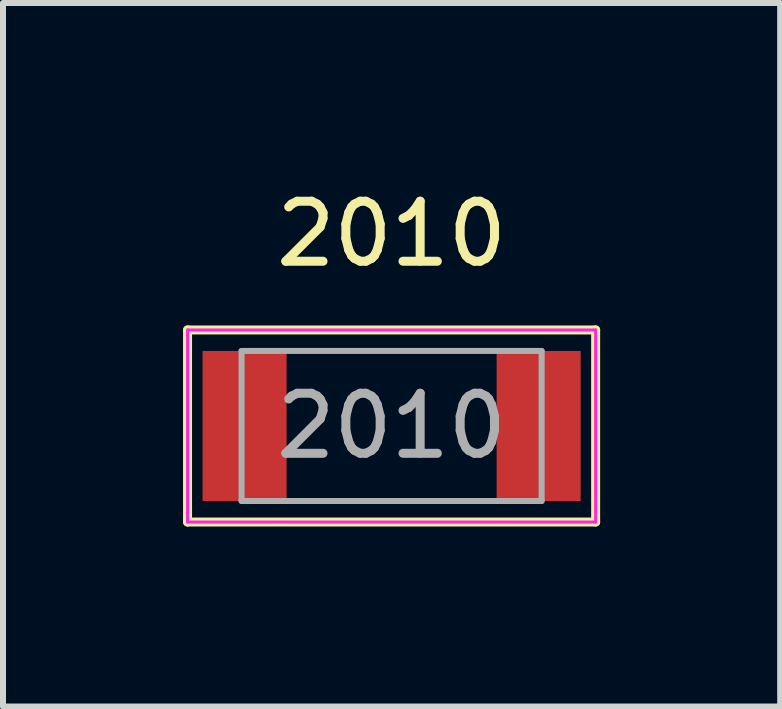
<source format=kicad_pcb>
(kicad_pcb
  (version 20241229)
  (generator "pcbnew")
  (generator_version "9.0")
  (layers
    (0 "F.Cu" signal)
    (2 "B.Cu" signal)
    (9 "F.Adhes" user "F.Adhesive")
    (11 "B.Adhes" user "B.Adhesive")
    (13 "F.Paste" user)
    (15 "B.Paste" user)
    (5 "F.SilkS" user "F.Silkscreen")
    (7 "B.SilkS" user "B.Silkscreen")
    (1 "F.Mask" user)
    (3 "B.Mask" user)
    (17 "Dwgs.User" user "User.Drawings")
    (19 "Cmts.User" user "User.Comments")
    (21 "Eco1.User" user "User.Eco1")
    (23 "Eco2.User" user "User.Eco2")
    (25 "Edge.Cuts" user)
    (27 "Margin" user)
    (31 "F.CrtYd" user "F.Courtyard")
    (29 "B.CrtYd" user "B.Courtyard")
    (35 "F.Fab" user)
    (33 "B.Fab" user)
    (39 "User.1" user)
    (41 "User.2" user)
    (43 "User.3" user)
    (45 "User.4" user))
  (footprint "2010"
    (layer "F.Cu")
    (at 3.475 4.048)
    (property "Reference" "2010" (at 0 -3.2 0) (layer "F.SilkS") (effects (font (size 1 1) (thickness 0.15))))
    (attr smd)
    (fp_line (start -3.4 -1.6) (end 3.4 -1.6) (stroke (width 0.15) (type solid)) (layer "F.SilkS"))
    (fp_line (start -3.4 1.6) (end -3.4 -1.6) (stroke (width 0.15) (type solid)) (layer "F.SilkS"))
    (fp_line (start 3.4 -1.6) (end 3.4 1.6) (stroke (width 0.15) (type solid)) (layer "F.SilkS"))
    (fp_line (start 3.4 1.6) (end -3.4 1.6) (stroke (width 0.15) (type solid)) (layer "F.SilkS"))
    (fp_line (start -3.4 -1.6) (end 3.4 -1.6) (stroke (width 0.05) (type solid)) (layer "F.CrtYd"))
    (fp_line (start -3.4 1.6) (end -3.4 -1.6) (stroke (width 0.05) (type solid)) (layer "F.CrtYd"))
    (fp_line (start 3.4 -1.6) (end 3.4 1.6) (stroke (width 0.05) (type solid)) (layer "F.CrtYd"))
    (fp_line (start 3.4 1.6) (end -3.4 1.6) (stroke (width 0.05) (type solid)) (layer "F.CrtYd"))
    (fp_line (start -2.5 -1.25) (end 2.5 -1.25) (stroke (width 0.1) (type solid)) (layer "F.Fab"))
    (fp_line (start -2.5 1.25) (end -2.5 -1.25) (stroke (width 0.1) (type solid)) (layer "F.Fab"))
    (fp_line (start 2.5 -1.25) (end 2.5 1.25) (stroke (width 0.1) (type solid)) (layer "F.Fab"))
    (fp_line (start 2.5 1.25) (end -2.5 1.25) (stroke (width 0.1) (type solid)) (layer "F.Fab"))
    (fp_text user "${REFERENCE}" (at 0 0 0) (layer "F.Fab") (effects (font (size 1 1) (thickness 0.15))))
    (pad "1" smd rect (at -2.45 0) (size 1.4 2.5) (layers "F.Cu" "F.Mask" "F.Paste"))
    (pad "2" smd rect (at 2.45 0) (size 1.4 2.5) (layers "F.Cu" "F.Mask" "F.Paste")))
  (gr_rect
    (start -3 -3)
    (end 9.95 8.723)
    (stroke (width 0.1) (type default))
    (fill no)
    (layer "Edge.Cuts")))
</source>
